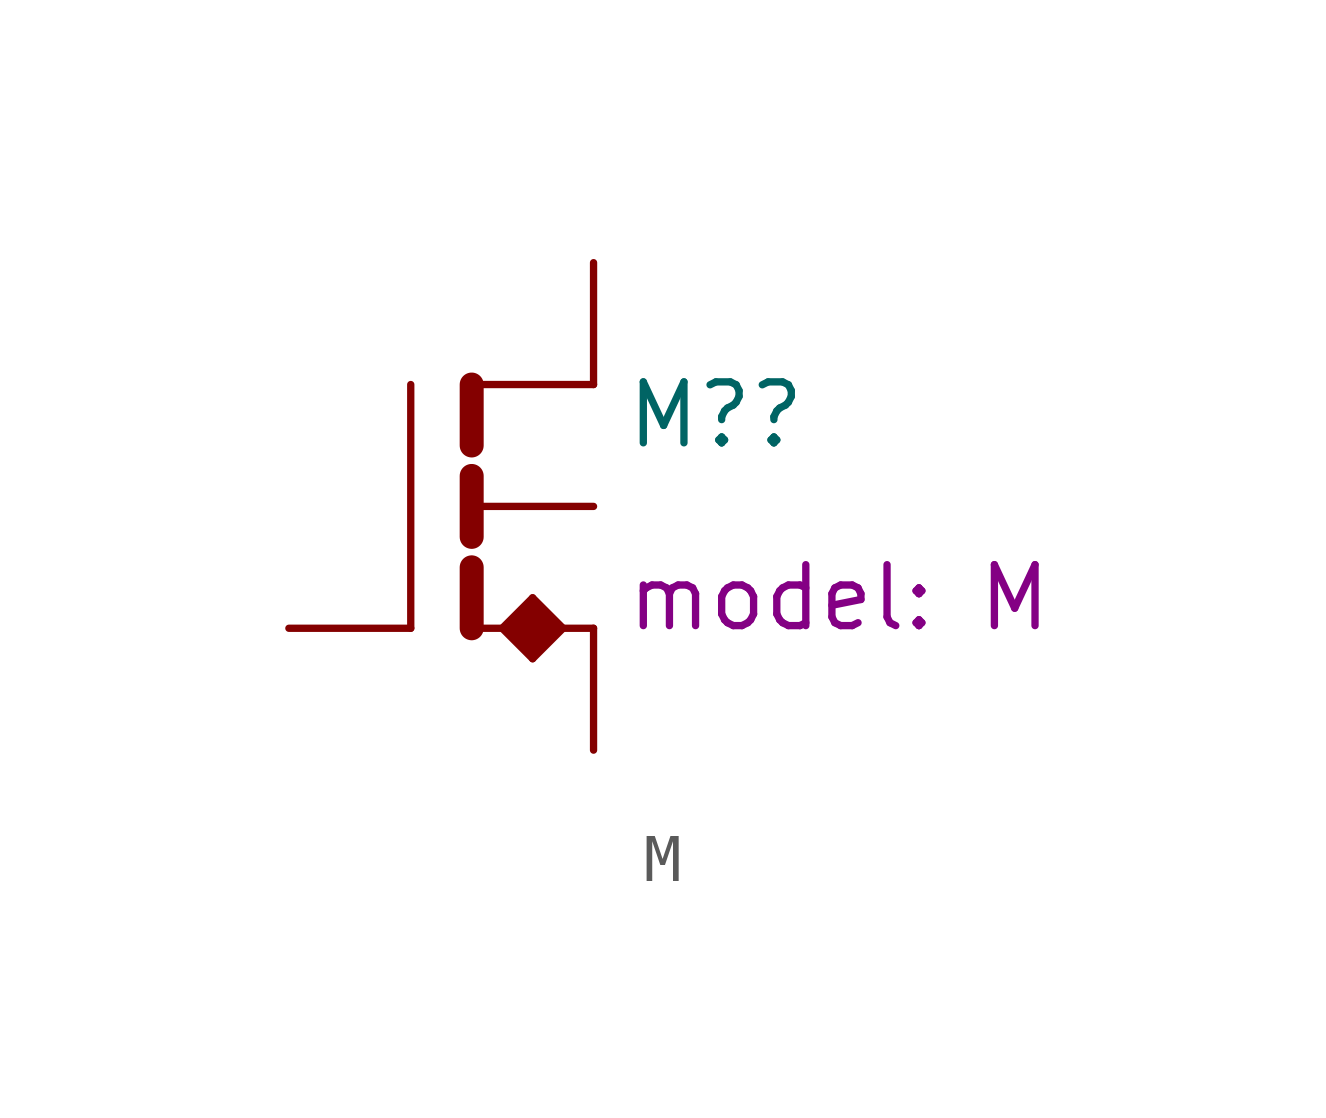
<source format=kicad_sym>
(kicad_symbol_lib
  (version 20231120)
  (generator "kicad_symbol_editor")
  (generator_version "8.0")
  (symbol "M"
    (pin_numbers hide)
    (pin_names
      (offset 0) hide)
    (property "Reference" "M?"
      (at 0.635 1.905 0)
      (effects (font (size 1.27 1.27)) (justify left)))
    (property "model" "M"
      (at 0.635 -1.905 0)
      (show_name)
      (effects (font (size 1.27 1.27)) (justify left)))
    (symbol "M_0_1"
      (polyline (pts (xy -3.81 -2.54) (xy -3.81 2.54)) (stroke (width 0) (type default)) (fill (type none)))
      (polyline (pts (xy -1.905 -2.54) (xy -1.27 -1.905) (xy -1.27 -3.175) (xy -1.905 -2.54)) (stroke (width 0) (type solid)) (fill (type outline)))
      (polyline (pts (xy -0.635 -2.54) (xy -1.27 -1.905) (xy -1.27 -3.175) (xy -0.635 -2.54)) (stroke (width 0) (type solid)) (fill (type outline))))
    (symbol "M_1_0"
      (pin unspecified line (at 0 5.08 270) (length 2.54) (name "D" (effects (font (size 1.27 1.27)))) (number "1" (effects (font (size 1.27 1.27)))))
      (pin unspecified line (at -6.35 -2.54 0) (length 2.54) (name "G" (effects (font (size 1.27 1.27)))) (number "2" (effects (font (size 1.27 1.27)))))
      (pin unspecified line (at 0 -5.08 90) (length 2.54) (name "S" (effects (font (size 1.27 1.27)))) (number "3" (effects (font (size 1.27 1.27)))))
      (pin unspecified line (at 0 0 180) (length 2.54) (name "B" (effects (font (size 1.27 1.27)))) (number "4" (effects (font (size 1.27 1.27))))))
    (symbol "M_1_1"
      (polyline (pts (xy -2.54 -2.54) (xy -2.54 -1.27)) (stroke (width 0.5) (type solid)) (fill (type none)))
      (polyline (pts (xy -2.54 -0.635) (xy -2.54 0.635)) (stroke (width 0.5) (type solid)) (fill (type none)))
      (polyline (pts (xy -2.54 1.27) (xy -2.54 2.54)) (stroke (width 0.5) (type solid)) (fill (type none)))
      (polyline (pts (xy 0 -2.54) (xy -2.54 -2.54)) (stroke (width 0) (type default)) (fill (type none)))
      (polyline (pts (xy 0 2.54) (xy -2.54 2.54)) (stroke (width 0) (type default)) (fill (type none))))))
</source>
